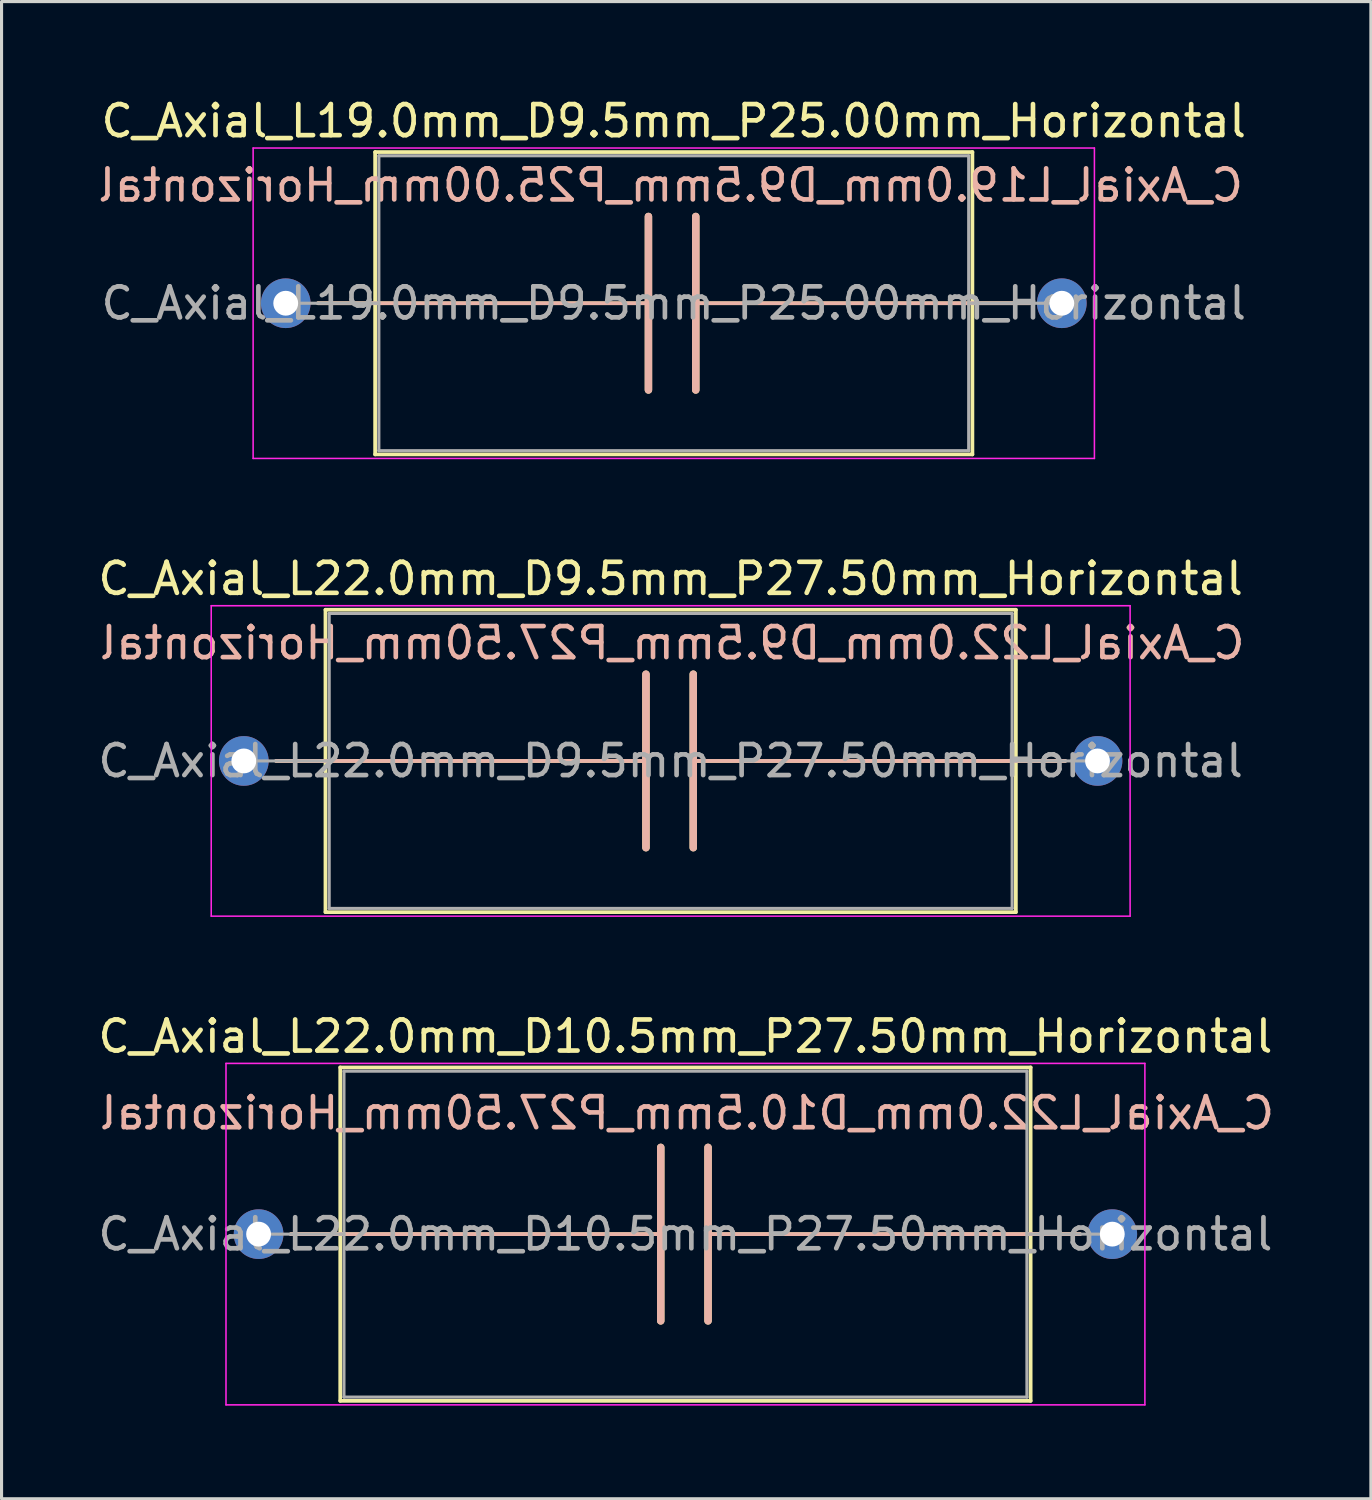
<source format=kicad_pcb>
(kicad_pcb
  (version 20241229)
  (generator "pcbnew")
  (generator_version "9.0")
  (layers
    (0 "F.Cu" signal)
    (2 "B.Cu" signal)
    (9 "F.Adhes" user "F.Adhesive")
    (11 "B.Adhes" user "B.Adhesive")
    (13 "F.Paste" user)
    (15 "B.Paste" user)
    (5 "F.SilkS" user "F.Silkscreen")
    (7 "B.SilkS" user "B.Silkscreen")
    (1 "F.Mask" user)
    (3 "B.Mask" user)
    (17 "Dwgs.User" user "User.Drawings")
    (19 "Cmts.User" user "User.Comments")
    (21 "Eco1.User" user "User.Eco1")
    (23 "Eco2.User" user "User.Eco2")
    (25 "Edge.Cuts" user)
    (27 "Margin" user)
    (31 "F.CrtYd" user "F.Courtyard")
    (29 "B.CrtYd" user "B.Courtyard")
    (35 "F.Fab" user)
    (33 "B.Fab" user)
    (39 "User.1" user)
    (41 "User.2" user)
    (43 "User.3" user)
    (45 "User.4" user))
  (footprint "C_Axial_L22.0mm_D10.5mm_P27.50mm_Horizontal"
    (layer "F.Cu")
    (at 5.28 36.705)
    (property "Reference" "C_Axial_L22.0mm_D10.5mm_P27.50mm_Horizontal" (at 13.75 -6.37 0) (layer "F.SilkS") (effects (font (size 1 1) (thickness 0.15))))
    (fp_line (start 1.04 0) (end 2.63 0) (stroke (width 0.12) (type solid)) (layer "F.SilkS"))
    (fp_line (start 2.63 -5.37) (end 2.63 5.37) (stroke (width 0.12) (type solid)) (layer "F.SilkS"))
    (fp_line (start 2.63 0) (end 12.954 0) (stroke (width 0.12) (type solid)) (layer "F.SilkS"))
    (fp_line (start 2.63 5.37) (end 24.87 5.37) (stroke (width 0.12) (type solid)) (layer "F.SilkS"))
    (fp_line (start 12.954 -2.794) (end 12.954 2.794) (stroke (width 0.24) (type solid)) (layer "F.SilkS"))
    (fp_line (start 14.478 2.794) (end 14.478 -2.794) (stroke (width 0.24) (type solid)) (layer "F.SilkS"))
    (fp_line (start 24.87 -5.37) (end 2.63 -5.37) (stroke (width 0.12) (type solid)) (layer "F.SilkS"))
    (fp_line (start 24.87 0) (end 14.478 0) (stroke (width 0.12) (type solid)) (layer "F.SilkS"))
    (fp_line (start 24.87 5.37) (end 24.87 -5.37) (stroke (width 0.12) (type solid)) (layer "F.SilkS"))
    (fp_line (start 26.46 0) (end 24.87 0) (stroke (width 0.12) (type solid)) (layer "F.SilkS"))
    (fp_line (start 1.04 0) (end 2.63 0) (stroke (width 0.12) (type solid)) (layer "B.SilkS"))
    (fp_line (start 2.63 0) (end 12.954 0) (stroke (width 0.12) (type solid)) (layer "B.SilkS"))
    (fp_line (start 12.954 2.794) (end 12.954 -2.794) (stroke (width 0.24) (type solid)) (layer "B.SilkS"))
    (fp_line (start 14.478 -2.794) (end 14.478 2.794) (stroke (width 0.24) (type solid)) (layer "B.SilkS"))
    (fp_line (start 24.87 0) (end 14.478 0) (stroke (width 0.12) (type solid)) (layer "B.SilkS"))
    (fp_line (start 26.46 0) (end 24.87 0) (stroke (width 0.12) (type solid)) (layer "B.SilkS"))
    (fp_line (start -1.05 -5.5) (end -1.05 5.5) (stroke (width 0.05) (type solid)) (layer "F.CrtYd"))
    (fp_line (start -1.05 5.5) (end 28.55 5.5) (stroke (width 0.05) (type solid)) (layer "F.CrtYd"))
    (fp_line (start 28.55 -5.5) (end -1.05 -5.5) (stroke (width 0.05) (type solid)) (layer "F.CrtYd"))
    (fp_line (start 28.55 5.5) (end 28.55 -5.5) (stroke (width 0.05) (type solid)) (layer "F.CrtYd"))
    (fp_line (start 0 0) (end 2.75 0) (stroke (width 0.1) (type solid)) (layer "F.Fab"))
    (fp_line (start 2.75 -5.25) (end 2.75 5.25) (stroke (width 0.1) (type solid)) (layer "F.Fab"))
    (fp_line (start 2.75 5.25) (end 24.75 5.25) (stroke (width 0.1) (type solid)) (layer "F.Fab"))
    (fp_line (start 24.75 -5.25) (end 2.75 -5.25) (stroke (width 0.1) (type solid)) (layer "F.Fab"))
    (fp_line (start 24.75 5.25) (end 24.75 -5.25) (stroke (width 0.1) (type solid)) (layer "F.Fab"))
    (fp_line (start 27.5 0) (end 24.75 0) (stroke (width 0.1) (type solid)) (layer "F.Fab"))
    (fp_text user "${REFERENCE}" (at 13.8 -3.9 0) (layer "B.SilkS") (effects (font (size 1 1) (thickness 0.15)) (justify mirror)))
    (fp_text user "${REFERENCE}" (at 13.75 0 0) (layer "F.Fab") (effects (font (size 1 1) (thickness 0.15))))
    (pad "1" thru_hole circle (at 0 0) (size 1.6 1.6) (drill 0.8) (layers "*.Cu" "*.Mask"))
    (pad "2" thru_hole oval (at 27.5 0) (size 1.6 1.6) (drill 0.8) (layers "*.Cu" "*.Mask")))
  (footprint "C_Axial_L22.0mm_D9.5mm_P27.50mm_Horizontal"
    (layer "F.Cu")
    (at 4.804 21.462)
    (property "Reference" "C_Axial_L22.0mm_D9.5mm_P27.50mm_Horizontal" (at 13.75 -5.87 0) (layer "F.SilkS") (effects (font (size 1 1) (thickness 0.15))))
    (fp_line (start 1.04 0) (end 2.63 0) (stroke (width 0.12) (type solid)) (layer "F.SilkS"))
    (fp_line (start 2.63 -4.87) (end 2.63 4.87) (stroke (width 0.12) (type solid)) (layer "F.SilkS"))
    (fp_line (start 2.63 0) (end 12.954 0) (stroke (width 0.12) (type solid)) (layer "F.SilkS"))
    (fp_line (start 2.63 4.87) (end 24.87 4.87) (stroke (width 0.12) (type solid)) (layer "F.SilkS"))
    (fp_line (start 12.954 -2.794) (end 12.954 2.794) (stroke (width 0.24) (type solid)) (layer "F.SilkS"))
    (fp_line (start 14.478 2.794) (end 14.478 -2.794) (stroke (width 0.24) (type solid)) (layer "F.SilkS"))
    (fp_line (start 24.87 -4.87) (end 2.63 -4.87) (stroke (width 0.12) (type solid)) (layer "F.SilkS"))
    (fp_line (start 24.87 0) (end 14.478 0) (stroke (width 0.12) (type solid)) (layer "F.SilkS"))
    (fp_line (start 24.87 4.87) (end 24.87 -4.87) (stroke (width 0.12) (type solid)) (layer "F.SilkS"))
    (fp_line (start 26.46 0) (end 24.87 0) (stroke (width 0.12) (type solid)) (layer "F.SilkS"))
    (fp_line (start 1.04 0) (end 2.63 0) (stroke (width 0.12) (type solid)) (layer "B.SilkS"))
    (fp_line (start 2.63 0) (end 12.954 0) (stroke (width 0.12) (type solid)) (layer "B.SilkS"))
    (fp_line (start 12.954 2.794) (end 12.954 -2.794) (stroke (width 0.24) (type solid)) (layer "B.SilkS"))
    (fp_line (start 14.478 -2.794) (end 14.478 2.794) (stroke (width 0.24) (type solid)) (layer "B.SilkS"))
    (fp_line (start 24.87 0) (end 14.478 0) (stroke (width 0.12) (type solid)) (layer "B.SilkS"))
    (fp_line (start 26.46 0) (end 24.87 0) (stroke (width 0.12) (type solid)) (layer "B.SilkS"))
    (fp_line (start -1.05 -5) (end -1.05 5) (stroke (width 0.05) (type solid)) (layer "F.CrtYd"))
    (fp_line (start -1.05 5) (end 28.55 5) (stroke (width 0.05) (type solid)) (layer "F.CrtYd"))
    (fp_line (start 28.55 -5) (end -1.05 -5) (stroke (width 0.05) (type solid)) (layer "F.CrtYd"))
    (fp_line (start 28.55 5) (end 28.55 -5) (stroke (width 0.05) (type solid)) (layer "F.CrtYd"))
    (fp_line (start 0 0) (end 2.75 0) (stroke (width 0.1) (type solid)) (layer "F.Fab"))
    (fp_line (start 2.75 -4.75) (end 2.75 4.75) (stroke (width 0.1) (type solid)) (layer "F.Fab"))
    (fp_line (start 2.75 4.75) (end 24.75 4.75) (stroke (width 0.1) (type solid)) (layer "F.Fab"))
    (fp_line (start 24.75 -4.75) (end 2.75 -4.75) (stroke (width 0.1) (type solid)) (layer "F.Fab"))
    (fp_line (start 24.75 4.75) (end 24.75 -4.75) (stroke (width 0.1) (type solid)) (layer "F.Fab"))
    (fp_line (start 27.5 0) (end 24.75 0) (stroke (width 0.1) (type solid)) (layer "F.Fab"))
    (fp_text user "${REFERENCE}" (at 13.8 -3.8 0) (layer "B.SilkS") (effects (font (size 1 1) (thickness 0.15)) (justify mirror)))
    (fp_text user "${REFERENCE}" (at 13.75 0 0) (layer "F.Fab") (effects (font (size 1 1) (thickness 0.15))))
    (pad "1" thru_hole circle (at 0 0) (size 1.6 1.6) (drill 0.8) (layers "*.Cu" "*.Mask"))
    (pad "2" thru_hole oval (at 27.5 0) (size 1.6 1.6) (drill 0.8) (layers "*.Cu" "*.Mask")))
  (footprint "C_Axial_L19.0mm_D9.5mm_P25.00mm_Horizontal"
    (layer "F.Cu")
    (at 6.154 6.718)
    (property "Reference" "C_Axial_L19.0mm_D9.5mm_P25.00mm_Horizontal" (at 12.5 -5.87 0) (layer "F.SilkS") (effects (font (size 1 1) (thickness 0.15))))
    (fp_line (start 1.04 0) (end 2.88 0) (stroke (width 0.12) (type solid)) (layer "F.SilkS"))
    (fp_line (start 2.88 -4.87) (end 2.88 4.87) (stroke (width 0.12) (type solid)) (layer "F.SilkS"))
    (fp_line (start 2.88 0) (end 11.684 0) (stroke (width 0.12) (type solid)) (layer "F.SilkS"))
    (fp_line (start 2.88 4.87) (end 22.12 4.87) (stroke (width 0.12) (type solid)) (layer "F.SilkS"))
    (fp_line (start 11.684 -2.794) (end 11.684 2.794) (stroke (width 0.24) (type solid)) (layer "F.SilkS"))
    (fp_line (start 13.208 2.794) (end 13.208 -2.794) (stroke (width 0.24) (type solid)) (layer "F.SilkS"))
    (fp_line (start 22.12 -4.87) (end 2.88 -4.87) (stroke (width 0.12) (type solid)) (layer "F.SilkS"))
    (fp_line (start 22.12 0) (end 13.208 0) (stroke (width 0.12) (type solid)) (layer "F.SilkS"))
    (fp_line (start 22.12 4.87) (end 22.12 -4.87) (stroke (width 0.12) (type solid)) (layer "F.SilkS"))
    (fp_line (start 23.96 0) (end 22.12 0) (stroke (width 0.12) (type solid)) (layer "F.SilkS"))
    (fp_line (start 1.04 0) (end 2.88 0) (stroke (width 0.12) (type solid)) (layer "B.SilkS"))
    (fp_line (start 2.88 0) (end 11.684 0) (stroke (width 0.12) (type solid)) (layer "B.SilkS"))
    (fp_line (start 11.684 2.794) (end 11.684 -2.794) (stroke (width 0.24) (type solid)) (layer "B.SilkS"))
    (fp_line (start 13.208 -2.794) (end 13.208 2.794) (stroke (width 0.24) (type solid)) (layer "B.SilkS"))
    (fp_line (start 22.12 0) (end 13.208 0) (stroke (width 0.12) (type solid)) (layer "B.SilkS"))
    (fp_line (start 23.96 0) (end 22.12 0) (stroke (width 0.12) (type solid)) (layer "B.SilkS"))
    (fp_line (start -1.05 -5) (end -1.05 5) (stroke (width 0.05) (type solid)) (layer "F.CrtYd"))
    (fp_line (start -1.05 5) (end 26.05 5) (stroke (width 0.05) (type solid)) (layer "F.CrtYd"))
    (fp_line (start 26.05 -5) (end -1.05 -5) (stroke (width 0.05) (type solid)) (layer "F.CrtYd"))
    (fp_line (start 26.05 5) (end 26.05 -5) (stroke (width 0.05) (type solid)) (layer "F.CrtYd"))
    (fp_line (start 0 0) (end 3 0) (stroke (width 0.1) (type solid)) (layer "F.Fab"))
    (fp_line (start 3 -4.75) (end 3 4.75) (stroke (width 0.1) (type solid)) (layer "F.Fab"))
    (fp_line (start 3 4.75) (end 22 4.75) (stroke (width 0.1) (type solid)) (layer "F.Fab"))
    (fp_line (start 22 -4.75) (end 3 -4.75) (stroke (width 0.1) (type solid)) (layer "F.Fab"))
    (fp_line (start 22 4.75) (end 22 -4.75) (stroke (width 0.1) (type solid)) (layer "F.Fab"))
    (fp_line (start 25 0) (end 22 0) (stroke (width 0.1) (type solid)) (layer "F.Fab"))
    (fp_text user "${REFERENCE}" (at 12.4 -3.8 0) (layer "B.SilkS") (effects (font (size 1 1) (thickness 0.15)) (justify mirror)))
    (fp_text user "${REFERENCE}" (at 12.5 0 0) (layer "F.Fab") (effects (font (size 1 1) (thickness 0.15))))
    (pad "1" thru_hole circle (at 0 0) (size 1.6 1.6) (drill 0.8) (layers "*.Cu" "*.Mask"))
    (pad "2" thru_hole oval (at 25 0) (size 1.6 1.6) (drill 0.8) (layers "*.Cu" "*.Mask")))
  (gr_rect
    (start -3 -3)
    (end 41.11 45.23)
    (stroke (width 0.1) (type default))
    (fill no)
    (layer "Edge.Cuts")))
</source>
